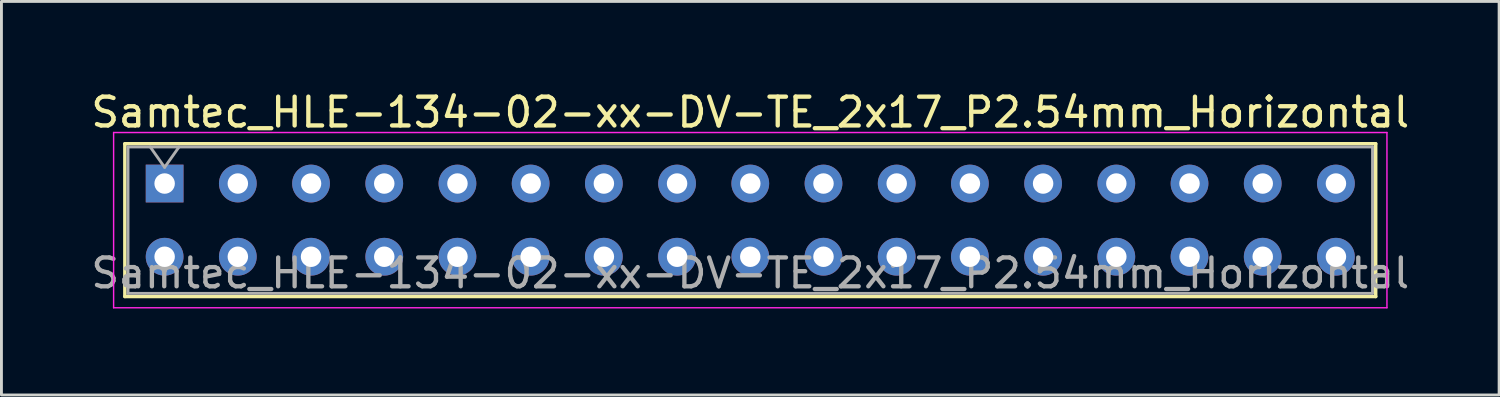
<source format=kicad_pcb>
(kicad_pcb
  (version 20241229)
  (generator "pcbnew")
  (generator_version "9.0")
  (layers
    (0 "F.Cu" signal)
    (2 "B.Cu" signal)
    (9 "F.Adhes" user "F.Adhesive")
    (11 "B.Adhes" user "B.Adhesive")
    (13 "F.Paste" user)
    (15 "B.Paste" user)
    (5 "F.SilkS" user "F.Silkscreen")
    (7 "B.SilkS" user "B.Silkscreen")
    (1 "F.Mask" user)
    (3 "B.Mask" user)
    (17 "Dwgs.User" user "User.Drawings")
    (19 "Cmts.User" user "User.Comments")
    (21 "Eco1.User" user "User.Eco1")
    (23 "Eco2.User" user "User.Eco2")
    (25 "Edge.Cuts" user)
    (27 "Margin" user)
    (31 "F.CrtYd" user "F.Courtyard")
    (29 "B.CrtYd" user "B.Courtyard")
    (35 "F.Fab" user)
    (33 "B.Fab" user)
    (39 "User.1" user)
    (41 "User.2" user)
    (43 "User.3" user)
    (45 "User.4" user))
  (footprint "Samtec_HLE-134-02-xx-DV-TE_2x17_P2.54mm_Horizontal"
    (layer "F.Cu")
    (at 2.662 3.318)
    (property "Reference" "Samtec_HLE-134-02-xx-DV-TE_2x17_P2.54mm_Horizontal" (at 20.32 -2.47 0) (layer "F.SilkS") (effects (font (size 1 1) (thickness 0.15))))
    (attr through_hole)
    (fp_line (start -1.38 -1.38) (end 42.02 -1.38) (stroke (width 0.12) (type solid)) (layer "F.SilkS"))
    (fp_line (start -1.38 3.92) (end -1.38 -1.38) (stroke (width 0.12) (type solid)) (layer "F.SilkS"))
    (fp_line (start 42.02 -1.38) (end 42.02 3.92) (stroke (width 0.12) (type solid)) (layer "F.SilkS"))
    (fp_line (start 42.02 3.92) (end -1.38 3.92) (stroke (width 0.12) (type solid)) (layer "F.SilkS"))
    (fp_line (start -1.77 -1.77) (end 42.41 -1.77) (stroke (width 0.05) (type solid)) (layer "F.CrtYd"))
    (fp_line (start -1.77 4.31) (end -1.77 -1.77) (stroke (width 0.05) (type solid)) (layer "F.CrtYd"))
    (fp_line (start 42.41 -1.77) (end 42.41 4.31) (stroke (width 0.05) (type solid)) (layer "F.CrtYd"))
    (fp_line (start 42.41 4.31) (end -1.77 4.31) (stroke (width 0.05) (type solid)) (layer "F.CrtYd"))
    (fp_line (start -1.27 -1.27) (end 41.91 -1.27) (stroke (width 0.1) (type solid)) (layer "F.Fab"))
    (fp_line (start -1.27 3.81) (end -1.27 -1.27) (stroke (width 0.1) (type solid)) (layer "F.Fab"))
    (fp_line (start -0.5 -1.27) (end 0 -0.563) (stroke (width 0.1) (type solid)) (layer "F.Fab"))
    (fp_line (start 0 -0.563) (end 0.5 -1.27) (stroke (width 0.1) (type solid)) (layer "F.Fab"))
    (fp_line (start 41.91 -1.27) (end 41.91 3.81) (stroke (width 0.1) (type solid)) (layer "F.Fab"))
    (fp_line (start 41.91 3.81) (end -1.27 3.81) (stroke (width 0.1) (type solid)) (layer "F.Fab"))
    (fp_text user "${REFERENCE}" (at 20.32 3.11 0) (layer "F.Fab") (effects (font (size 1 1) (thickness 0.15))))
    (pad "1" thru_hole rect (at 0 0) (size 1.31 1.31) (drill 0.71) (layers "*.Cu" "*.Mask"))
    (pad "2" thru_hole circle (at 0 2.54) (size 1.31 1.31) (drill 0.71) (layers "*.Cu" "*.Mask"))
    (pad "3" thru_hole circle (at 2.54 0) (size 1.31 1.31) (drill 0.71) (layers "*.Cu" "*.Mask"))
    (pad "4" thru_hole circle (at 2.54 2.54) (size 1.31 1.31) (drill 0.71) (layers "*.Cu" "*.Mask"))
    (pad "5" thru_hole circle (at 5.08 0) (size 1.31 1.31) (drill 0.71) (layers "*.Cu" "*.Mask"))
    (pad "6" thru_hole circle (at 5.08 2.54) (size 1.31 1.31) (drill 0.71) (layers "*.Cu" "*.Mask"))
    (pad "7" thru_hole circle (at 7.62 0) (size 1.31 1.31) (drill 0.71) (layers "*.Cu" "*.Mask"))
    (pad "8" thru_hole circle (at 7.62 2.54) (size 1.31 1.31) (drill 0.71) (layers "*.Cu" "*.Mask"))
    (pad "9" thru_hole circle (at 10.16 0) (size 1.31 1.31) (drill 0.71) (layers "*.Cu" "*.Mask"))
    (pad "10" thru_hole circle (at 10.16 2.54) (size 1.31 1.31) (drill 0.71) (layers "*.Cu" "*.Mask"))
    (pad "11" thru_hole circle (at 12.7 0) (size 1.31 1.31) (drill 0.71) (layers "*.Cu" "*.Mask"))
    (pad "12" thru_hole circle (at 12.7 2.54) (size 1.31 1.31) (drill 0.71) (layers "*.Cu" "*.Mask"))
    (pad "13" thru_hole circle (at 15.24 0) (size 1.31 1.31) (drill 0.71) (layers "*.Cu" "*.Mask"))
    (pad "14" thru_hole circle (at 15.24 2.54) (size 1.31 1.31) (drill 0.71) (layers "*.Cu" "*.Mask"))
    (pad "15" thru_hole circle (at 17.78 0) (size 1.31 1.31) (drill 0.71) (layers "*.Cu" "*.Mask"))
    (pad "16" thru_hole circle (at 17.78 2.54) (size 1.31 1.31) (drill 0.71) (layers "*.Cu" "*.Mask"))
    (pad "17" thru_hole circle (at 20.32 0) (size 1.31 1.31) (drill 0.71) (layers "*.Cu" "*.Mask"))
    (pad "18" thru_hole circle (at 20.32 2.54) (size 1.31 1.31) (drill 0.71) (layers "*.Cu" "*.Mask"))
    (pad "19" thru_hole circle (at 22.86 0) (size 1.31 1.31) (drill 0.71) (layers "*.Cu" "*.Mask"))
    (pad "20" thru_hole circle (at 22.86 2.54) (size 1.31 1.31) (drill 0.71) (layers "*.Cu" "*.Mask"))
    (pad "21" thru_hole circle (at 25.4 0) (size 1.31 1.31) (drill 0.71) (layers "*.Cu" "*.Mask"))
    (pad "22" thru_hole circle (at 25.4 2.54) (size 1.31 1.31) (drill 0.71) (layers "*.Cu" "*.Mask"))
    (pad "23" thru_hole circle (at 27.94 0) (size 1.31 1.31) (drill 0.71) (layers "*.Cu" "*.Mask"))
    (pad "24" thru_hole circle (at 27.94 2.54) (size 1.31 1.31) (drill 0.71) (layers "*.Cu" "*.Mask"))
    (pad "25" thru_hole circle (at 30.48 0) (size 1.31 1.31) (drill 0.71) (layers "*.Cu" "*.Mask"))
    (pad "26" thru_hole circle (at 30.48 2.54) (size 1.31 1.31) (drill 0.71) (layers "*.Cu" "*.Mask"))
    (pad "27" thru_hole circle (at 33.02 0) (size 1.31 1.31) (drill 0.71) (layers "*.Cu" "*.Mask"))
    (pad "28" thru_hole circle (at 33.02 2.54) (size 1.31 1.31) (drill 0.71) (layers "*.Cu" "*.Mask"))
    (pad "29" thru_hole circle (at 35.56 0) (size 1.31 1.31) (drill 0.71) (layers "*.Cu" "*.Mask"))
    (pad "30" thru_hole circle (at 35.56 2.54) (size 1.31 1.31) (drill 0.71) (layers "*.Cu" "*.Mask"))
    (pad "31" thru_hole circle (at 38.1 0) (size 1.31 1.31) (drill 0.71) (layers "*.Cu" "*.Mask"))
    (pad "32" thru_hole circle (at 38.1 2.54) (size 1.31 1.31) (drill 0.71) (layers "*.Cu" "*.Mask"))
    (pad "33" thru_hole circle (at 40.64 0) (size 1.31 1.31) (drill 0.71) (layers "*.Cu" "*.Mask"))
    (pad "34" thru_hole circle (at 40.64 2.54) (size 1.31 1.31) (drill 0.71) (layers "*.Cu" "*.Mask")))
  (gr_rect
    (start -3 -3)
    (end 48.964 10.653)
    (stroke (width 0.1) (type default))
    (fill no)
    (layer "Edge.Cuts")))
</source>
